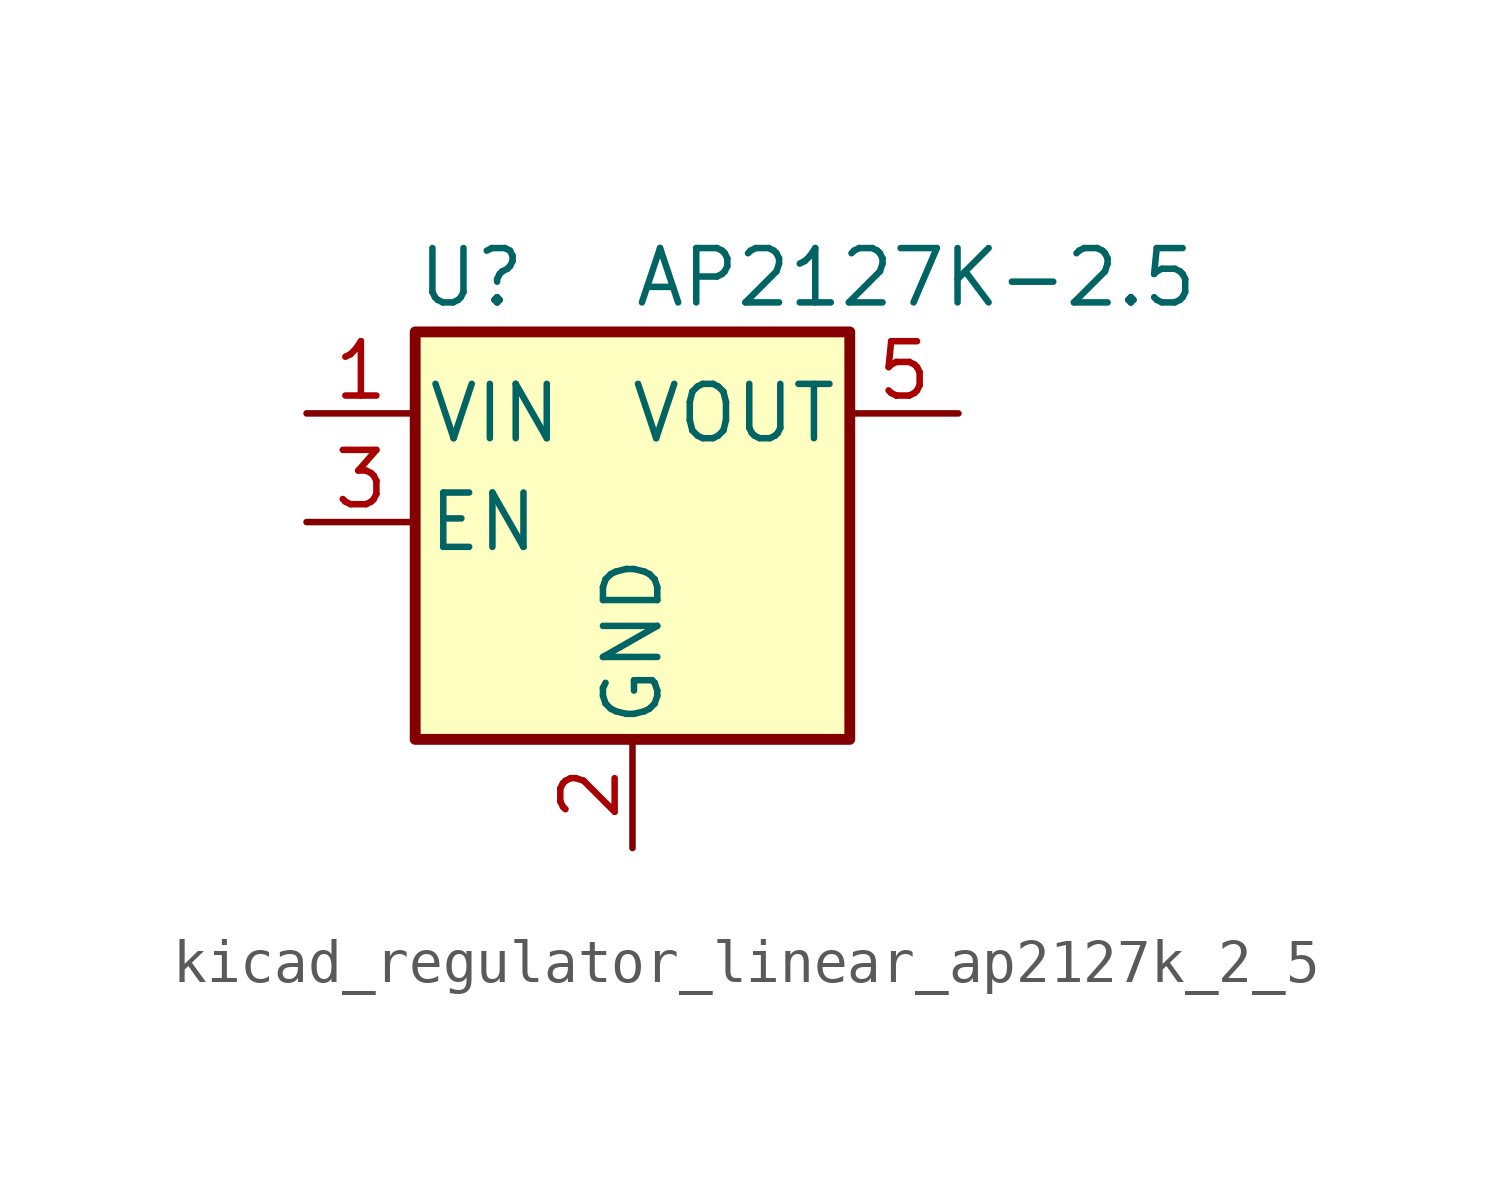
<source format=kicad_sym>
(kicad_symbol_lib
  (version 20220914)
  (generator kicad_symbol_editor)
  (symbol "kicad_regulator_linear_ap2127k_2_5"
    (pin_names
      (offset 0.254))
    (property "Reference" "U"
      (at -5.08 5.715 0)
      (effects (font (size 1.27 1.27)) (justify left)))
    (property "Value" "AP2127K-2.5"
      (at 0 5.715 0)
      (effects (font (size 1.27 1.27)) (justify left)))
    (symbol "kicad_regulator_linear_ap2127k_2_5_0_1"
      (rectangle (start -5.08 4.445) (end 5.08 -5.08) (stroke (width 0.254) (type default)) (fill (type background))))
    (symbol "kicad_regulator_linear_ap2127k_2_5_1_1"
      (pin power_in line (at -7.62 2.54 0) (length 2.54) (name "VIN" (effects (font (size 1.27 1.27)))) (number "1" (effects (font (size 1.27 1.27)))))
      (pin power_in line (at 0 -7.62 90) (length 2.54) (name "GND" (effects (font (size 1.27 1.27)))) (number "2" (effects (font (size 1.27 1.27)))))
      (pin input line (at -7.62 0 0) (length 2.54) (name "EN" (effects (font (size 1.27 1.27)))) (number "3" (effects (font (size 1.27 1.27)))))
      (pin no_connect line (at 5.08 0 180) (length 2.54) hide (name "NC" (effects (font (size 1.27 1.27)))) (number "4" (effects (font (size 1.27 1.27)))))
      (pin power_out line (at 7.62 2.54 180) (length 2.54) (name "VOUT" (effects (font (size 1.27 1.27)))) (number "5" (effects (font (size 1.27 1.27))))))))
</source>
